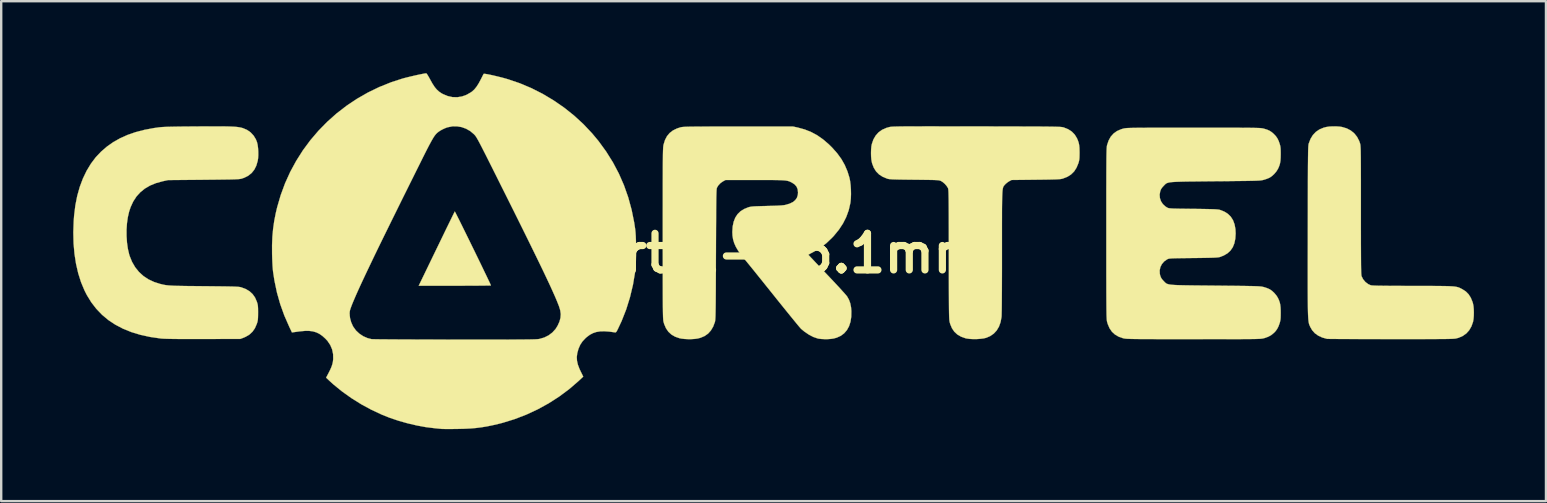
<source format=kicad_pcb>
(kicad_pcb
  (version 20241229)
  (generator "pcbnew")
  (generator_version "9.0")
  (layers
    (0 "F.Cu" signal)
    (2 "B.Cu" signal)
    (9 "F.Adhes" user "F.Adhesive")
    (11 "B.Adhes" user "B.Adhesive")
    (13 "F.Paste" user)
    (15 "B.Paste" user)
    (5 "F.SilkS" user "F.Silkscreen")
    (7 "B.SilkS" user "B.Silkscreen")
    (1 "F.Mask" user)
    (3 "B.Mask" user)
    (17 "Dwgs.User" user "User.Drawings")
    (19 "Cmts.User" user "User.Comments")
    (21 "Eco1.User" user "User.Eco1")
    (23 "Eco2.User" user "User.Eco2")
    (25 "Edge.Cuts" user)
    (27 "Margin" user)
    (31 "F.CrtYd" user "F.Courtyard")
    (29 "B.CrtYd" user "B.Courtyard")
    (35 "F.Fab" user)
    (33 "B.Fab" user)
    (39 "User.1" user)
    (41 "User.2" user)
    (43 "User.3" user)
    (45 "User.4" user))
  (footprint "cartel-25.1mm"
    (layer "F.Cu")
    (at 29.071 7.508)
    (property "Reference" "cartel-25.1mm" (at 0 0 0) (layer "F.SilkS") (effects (font (size 1.524 1.524) (thickness 0.3))))
    (attr through_hole)
    (fp_poly (pts (xy -13.159 -1.729) (xy -13.134 -1.682) (xy -13.095 -1.605) (xy -13.043 -1.502) (xy -12.98 -1.377) (xy -12.908 -1.231) (xy -12.828 -1.069) (xy -12.741 -0.893) (xy -12.649 -0.705) (xy -12.553 -0.511) (xy -12.456 -0.311) (xy -12.357 -0.11) (xy -12.26 0.09) (xy -12.165 0.285) (xy -12.074 0.472) (xy -11.989 0.649) (xy -11.91 0.813) (xy -11.839 0.96) (xy -11.779 1.087) (xy -11.729 1.191) (xy -11.693 1.269) (xy -11.671 1.319) (xy -11.664 1.336) (xy -11.684 1.338) (xy -11.739 1.34) (xy -11.827 1.341) (xy -11.945 1.343) (xy -12.091 1.344) (xy -12.26 1.346) (xy -12.451 1.347) (xy -12.66 1.347) (xy -12.885 1.348) (xy -13.121 1.348) (xy -13.168 1.348) (xy -14.672 1.348) (xy -14.49 0.972) (xy -14.356 0.695) (xy -14.224 0.422) (xy -14.095 0.155) (xy -13.97 -0.103) (xy -13.85 -0.35) (xy -13.736 -0.585) (xy -13.63 -0.805) (xy -13.532 -1.007) (xy -13.443 -1.189) (xy -13.364 -1.35) (xy -13.298 -1.486) (xy -13.244 -1.596) (xy -13.204 -1.677) (xy -13.178 -1.727) (xy -13.169 -1.745) (xy -13.159 -1.729)) (stroke (width 0.01) (type solid)) (fill yes) (layer "F.SilkS"))
    (fp_poly (pts (xy -22.917 -5.292) (xy -22.747 -5.29) (xy -22.601 -5.287) (xy -22.477 -5.283) (xy -22.372 -5.278) (xy -22.283 -5.271) (xy -22.207 -5.263) (xy -22.141 -5.252) (xy -22.083 -5.241) (xy -22.029 -5.227) (xy -21.995 -5.217) (xy -21.826 -5.145) (xy -21.678 -5.041) (xy -21.555 -4.91) (xy -21.459 -4.754) (xy -21.412 -4.635) (xy -21.386 -4.526) (xy -21.368 -4.391) (xy -21.359 -4.242) (xy -21.358 -4.092) (xy -21.367 -3.952) (xy -21.383 -3.851) (xy -21.44 -3.655) (xy -21.524 -3.488) (xy -21.635 -3.349) (xy -21.774 -3.237) (xy -21.941 -3.152) (xy -22.049 -3.115) (xy -22.074 -3.108) (xy -22.104 -3.103) (xy -22.142 -3.098) (xy -22.19 -3.093) (xy -22.251 -3.09) (xy -22.328 -3.086) (xy -22.424 -3.083) (xy -22.541 -3.08) (xy -22.682 -3.078) (xy -22.851 -3.076) (xy -23.049 -3.073) (xy -23.28 -3.071) (xy -23.547 -3.068) (xy -23.642 -3.067) (xy -25.117 -3.054) (xy -25.341 -3.005) (xy -25.618 -2.929) (xy -25.865 -2.828) (xy -26.082 -2.702) (xy -26.271 -2.55) (xy -26.433 -2.372) (xy -26.568 -2.165) (xy -26.677 -1.93) (xy -26.74 -1.742) (xy -26.794 -1.51) (xy -26.83 -1.255) (xy -26.848 -0.987) (xy -26.847 -0.714) (xy -26.829 -0.446) (xy -26.793 -0.191) (xy -26.739 0.04) (xy -26.72 0.103) (xy -26.619 0.353) (xy -26.49 0.576) (xy -26.332 0.773) (xy -26.148 0.942) (xy -25.937 1.082) (xy -25.699 1.193) (xy -25.459 1.27) (xy -25.397 1.285) (xy -25.339 1.299) (xy -25.283 1.311) (xy -25.225 1.321) (xy -25.162 1.329) (xy -25.091 1.336) (xy -25.01 1.342) (xy -24.914 1.347) (xy -24.8 1.352) (xy -24.666 1.355) (xy -24.508 1.358) (xy -24.323 1.361) (xy -24.108 1.363) (xy -23.86 1.365) (xy -23.622 1.368) (xy -23.347 1.37) (xy -23.109 1.373) (xy -22.904 1.375) (xy -22.73 1.377) (xy -22.584 1.38) (xy -22.462 1.382) (xy -22.363 1.385) (xy -22.283 1.389) (xy -22.219 1.392) (xy -22.169 1.397) (xy -22.13 1.402) (xy -22.099 1.407) (xy -22.074 1.414) (xy -22.07 1.415) (xy -21.88 1.486) (xy -21.722 1.58) (xy -21.593 1.699) (xy -21.492 1.843) (xy -21.417 2.016) (xy -21.409 2.041) (xy -21.391 2.101) (xy -21.379 2.159) (xy -21.372 2.224) (xy -21.368 2.305) (xy -21.367 2.411) (xy -21.367 2.481) (xy -21.368 2.601) (xy -21.371 2.692) (xy -21.376 2.762) (xy -21.386 2.821) (xy -21.4 2.878) (xy -21.421 2.941) (xy -21.497 3.117) (xy -21.599 3.264) (xy -21.728 3.384) (xy -21.887 3.478) (xy -21.983 3.519) (xy -22.108 3.565) (xy -23.651 3.569) (xy -23.961 3.569) (xy -24.234 3.569) (xy -24.473 3.569) (xy -24.68 3.568) (xy -24.858 3.566) (xy -25.008 3.564) (xy -25.135 3.561) (xy -25.239 3.558) (xy -25.324 3.554) (xy -25.391 3.55) (xy -25.429 3.546) (xy -25.863 3.483) (xy -26.268 3.395) (xy -26.644 3.281) (xy -26.991 3.141) (xy -27.311 2.974) (xy -27.603 2.781) (xy -27.868 2.56) (xy -28.106 2.312) (xy -28.318 2.037) (xy -28.504 1.734) (xy -28.601 1.543) (xy -28.744 1.201) (xy -28.861 0.832) (xy -28.952 0.438) (xy -29.017 0.02) (xy -29.055 -0.419) (xy -29.066 -0.878) (xy -29.049 -1.353) (xy -29.032 -1.583) (xy -28.981 -1.998) (xy -28.903 -2.394) (xy -28.798 -2.767) (xy -28.667 -3.117) (xy -28.511 -3.442) (xy -28.331 -3.739) (xy -28.128 -4.008) (xy -27.908 -4.24) (xy -27.662 -4.452) (xy -27.397 -4.638) (xy -27.111 -4.799) (xy -26.802 -4.937) (xy -26.467 -5.053) (xy -26.104 -5.147) (xy -25.71 -5.221) (xy -25.517 -5.248) (xy -25.461 -5.255) (xy -25.395 -5.261) (xy -25.319 -5.266) (xy -25.228 -5.27) (xy -25.119 -5.274) (xy -24.99 -5.277) (xy -24.837 -5.28) (xy -24.658 -5.283) (xy -24.449 -5.285) (xy -24.207 -5.287) (xy -23.929 -5.289) (xy -23.904 -5.289) (xy -23.606 -5.291) (xy -23.344 -5.292) (xy -23.115 -5.292) (xy -22.917 -5.292)) (stroke (width 0.01) (type solid)) (fill yes) (layer "F.SilkS"))
    (fp_poly (pts (xy 23.567 -5.291) (xy 23.71 -5.281) (xy 23.806 -5.266) (xy 24.001 -5.207) (xy 24.17 -5.118) (xy 24.313 -5.001) (xy 24.43 -4.855) (xy 24.519 -4.682) (xy 24.554 -4.58) (xy 24.559 -4.562) (xy 24.564 -4.541) (xy 24.568 -4.515) (xy 24.571 -4.481) (xy 24.574 -4.439) (xy 24.577 -4.385) (xy 24.58 -4.318) (xy 24.582 -4.237) (xy 24.583 -4.138) (xy 24.585 -4.019) (xy 24.586 -3.88) (xy 24.587 -3.717) (xy 24.588 -3.53) (xy 24.588 -3.315) (xy 24.589 -3.07) (xy 24.589 -2.795) (xy 24.589 -2.486) (xy 24.589 -2.143) (xy 24.589 -1.798) (xy 24.589 -1.412) (xy 24.589 -1.064) (xy 24.59 -0.751) (xy 24.59 -0.472) (xy 24.591 -0.224) (xy 24.592 -0.006) (xy 24.593 0.183) (xy 24.594 0.347) (xy 24.595 0.487) (xy 24.597 0.604) (xy 24.599 0.7) (xy 24.601 0.778) (xy 24.604 0.839) (xy 24.607 0.885) (xy 24.611 0.918) (xy 24.614 0.94) (xy 24.616 0.948) (xy 24.682 1.08) (xy 24.776 1.193) (xy 24.892 1.281) (xy 24.998 1.328) (xy 25.021 1.333) (xy 25.059 1.337) (xy 25.117 1.341) (xy 25.194 1.344) (xy 25.294 1.347) (xy 25.419 1.349) (xy 25.571 1.351) (xy 25.752 1.353) (xy 25.963 1.354) (xy 26.208 1.355) (xy 26.488 1.356) (xy 26.756 1.356) (xy 27.062 1.357) (xy 27.331 1.357) (xy 27.566 1.358) (xy 27.77 1.359) (xy 27.946 1.361) (xy 28.096 1.363) (xy 28.223 1.366) (xy 28.329 1.371) (xy 28.418 1.376) (xy 28.491 1.383) (xy 28.552 1.392) (xy 28.603 1.403) (xy 28.648 1.415) (xy 28.687 1.43) (xy 28.725 1.447) (xy 28.764 1.467) (xy 28.807 1.489) (xy 28.823 1.498) (xy 28.964 1.59) (xy 29.079 1.707) (xy 29.17 1.851) (xy 29.241 2.025) (xy 29.26 2.091) (xy 29.28 2.193) (xy 29.292 2.322) (xy 29.296 2.463) (xy 29.293 2.606) (xy 29.282 2.737) (xy 29.264 2.844) (xy 29.262 2.853) (xy 29.195 3.043) (xy 29.101 3.205) (xy 28.981 3.338) (xy 28.834 3.442) (xy 28.663 3.517) (xy 28.549 3.547) (xy 28.525 3.551) (xy 28.491 3.555) (xy 28.445 3.558) (xy 28.386 3.561) (xy 28.311 3.564) (xy 28.219 3.566) (xy 28.107 3.568) (xy 27.975 3.569) (xy 27.819 3.57) (xy 27.638 3.571) (xy 27.43 3.572) (xy 27.192 3.573) (xy 26.924 3.573) (xy 26.624 3.573) (xy 26.288 3.573) (xy 25.916 3.573) (xy 25.82 3.573) (xy 25.504 3.573) (xy 25.198 3.572) (xy 24.905 3.572) (xy 24.628 3.571) (xy 24.367 3.57) (xy 24.126 3.57) (xy 23.908 3.569) (xy 23.713 3.568) (xy 23.545 3.567) (xy 23.407 3.566) (xy 23.299 3.565) (xy 23.225 3.564) (xy 23.187 3.563) (xy 23.182 3.563) (xy 22.98 3.507) (xy 22.81 3.428) (xy 22.669 3.327) (xy 22.558 3.202) (xy 22.486 3.078) (xy 22.472 3.048) (xy 22.46 3.021) (xy 22.448 2.995) (xy 22.437 2.967) (xy 22.428 2.936) (xy 22.419 2.901) (xy 22.412 2.859) (xy 22.405 2.809) (xy 22.399 2.748) (xy 22.394 2.677) (xy 22.389 2.592) (xy 22.385 2.492) (xy 22.382 2.375) (xy 22.38 2.239) (xy 22.378 2.083) (xy 22.376 1.906) (xy 22.375 1.704) (xy 22.374 1.477) (xy 22.374 1.223) (xy 22.374 0.94) (xy 22.374 0.627) (xy 22.374 0.281) (xy 22.375 -0.1) (xy 22.376 -0.515) (xy 22.376 -0.919) (xy 22.377 -1.358) (xy 22.378 -1.758) (xy 22.378 -2.124) (xy 22.379 -2.455) (xy 22.38 -2.754) (xy 22.38 -3.023) (xy 22.381 -3.263) (xy 22.382 -3.476) (xy 22.383 -3.664) (xy 22.385 -3.828) (xy 22.386 -3.97) (xy 22.388 -4.092) (xy 22.389 -4.195) (xy 22.391 -4.282) (xy 22.394 -4.354) (xy 22.396 -4.413) (xy 22.399 -4.46) (xy 22.402 -4.497) (xy 22.405 -4.526) (xy 22.409 -4.549) (xy 22.413 -4.567) (xy 22.416 -4.578) (xy 22.49 -4.77) (xy 22.588 -4.931) (xy 22.712 -5.062) (xy 22.861 -5.164) (xy 23.036 -5.237) (xy 23.148 -5.266) (xy 23.271 -5.284) (xy 23.416 -5.292) (xy 23.567 -5.291)) (stroke (width 0.01) (type solid)) (fill yes) (layer "F.SilkS"))
    (fp_poly (pts (xy 7.059 -5.292) (xy 7.389 -5.292) (xy 7.752 -5.292) (xy 8.152 -5.291) (xy 8.587 -5.291) (xy 9.021 -5.29) (xy 9.417 -5.289) (xy 9.778 -5.288) (xy 10.105 -5.288) (xy 10.399 -5.287) (xy 10.664 -5.286) (xy 10.9 -5.286) (xy 11.109 -5.285) (xy 11.293 -5.284) (xy 11.453 -5.283) (xy 11.592 -5.281) (xy 11.711 -5.28) (xy 11.812 -5.278) (xy 11.897 -5.276) (xy 11.967 -5.274) (xy 12.025 -5.271) (xy 12.071 -5.269) (xy 12.108 -5.265) (xy 12.137 -5.262) (xy 12.161 -5.258) (xy 12.18 -5.254) (xy 12.197 -5.25) (xy 12.213 -5.245) (xy 12.214 -5.244) (xy 12.394 -5.171) (xy 12.545 -5.072) (xy 12.665 -4.948) (xy 12.756 -4.8) (xy 12.756 -4.8) (xy 12.798 -4.702) (xy 12.829 -4.609) (xy 12.849 -4.512) (xy 12.86 -4.401) (xy 12.864 -4.266) (xy 12.865 -4.181) (xy 12.863 -4.063) (xy 12.86 -3.974) (xy 12.853 -3.904) (xy 12.841 -3.843) (xy 12.824 -3.781) (xy 12.813 -3.747) (xy 12.736 -3.564) (xy 12.637 -3.412) (xy 12.512 -3.289) (xy 12.36 -3.192) (xy 12.178 -3.12) (xy 12.162 -3.115) (xy 12.131 -3.107) (xy 12.096 -3.1) (xy 12.051 -3.094) (xy 11.994 -3.09) (xy 11.921 -3.085) (xy 11.828 -3.082) (xy 11.713 -3.079) (xy 11.571 -3.076) (xy 11.4 -3.073) (xy 11.195 -3.071) (xy 11.039 -3.069) (xy 10.033 -3.058) (xy 9.933 -3.005) (xy 9.861 -2.958) (xy 9.791 -2.9) (xy 9.763 -2.871) (xy 9.744 -2.85) (xy 9.728 -2.832) (xy 9.713 -2.814) (xy 9.7 -2.794) (xy 9.688 -2.771) (xy 9.678 -2.743) (xy 9.669 -2.706) (xy 9.661 -2.66) (xy 9.654 -2.602) (xy 9.649 -2.531) (xy 9.645 -2.443) (xy 9.641 -2.338) (xy 9.638 -2.213) (xy 9.636 -2.066) (xy 9.634 -1.896) (xy 9.633 -1.699) (xy 9.633 -1.475) (xy 9.632 -1.22) (xy 9.632 -0.934) (xy 9.632 -0.614) (xy 9.632 -0.257) (xy 9.632 -0.06) (xy 9.632 0.299) (xy 9.632 0.639) (xy 9.631 0.96) (xy 9.63 1.258) (xy 9.629 1.533) (xy 9.627 1.783) (xy 9.626 2.005) (xy 9.624 2.198) (xy 9.622 2.361) (xy 9.619 2.49) (xy 9.617 2.585) (xy 9.614 2.643) (xy 9.613 2.656) (xy 9.573 2.869) (xy 9.506 3.055) (xy 9.411 3.214) (xy 9.289 3.345) (xy 9.141 3.447) (xy 8.973 3.519) (xy 8.866 3.544) (xy 8.732 3.561) (xy 8.583 3.571) (xy 8.431 3.572) (xy 8.287 3.565) (xy 8.163 3.548) (xy 8.112 3.537) (xy 7.927 3.471) (xy 7.773 3.381) (xy 7.647 3.265) (xy 7.549 3.122) (xy 7.477 2.95) (xy 7.451 2.859) (xy 7.447 2.837) (xy 7.443 2.81) (xy 7.439 2.776) (xy 7.436 2.733) (xy 7.433 2.679) (xy 7.43 2.611) (xy 7.428 2.529) (xy 7.426 2.43) (xy 7.424 2.311) (xy 7.423 2.172) (xy 7.422 2.009) (xy 7.421 1.821) (xy 7.42 1.606) (xy 7.419 1.363) (xy 7.418 1.088) (xy 7.418 0.78) (xy 7.418 0.437) (xy 7.417 0.058) (xy 7.417 0.039) (xy 7.417 -0.341) (xy 7.416 -0.683) (xy 7.416 -0.991) (xy 7.415 -1.265) (xy 7.415 -1.508) (xy 7.414 -1.722) (xy 7.413 -1.908) (xy 7.412 -2.069) (xy 7.411 -2.206) (xy 7.409 -2.322) (xy 7.407 -2.419) (xy 7.405 -2.498) (xy 7.403 -2.561) (xy 7.4 -2.611) (xy 7.397 -2.649) (xy 7.393 -2.678) (xy 7.389 -2.698) (xy 7.385 -2.713) (xy 7.382 -2.72) (xy 7.328 -2.807) (xy 7.251 -2.896) (xy 7.162 -2.972) (xy 7.096 -3.013) (xy 7.075 -3.023) (xy 7.054 -3.031) (xy 7.03 -3.038) (xy 6.998 -3.044) (xy 6.957 -3.049) (xy 6.901 -3.053) (xy 6.829 -3.056) (xy 6.736 -3.059) (xy 6.619 -3.061) (xy 6.475 -3.063) (xy 6.3 -3.065) (xy 6.092 -3.068) (xy 5.979 -3.069) (xy 5.749 -3.071) (xy 5.555 -3.074) (xy 5.393 -3.076) (xy 5.26 -3.079) (xy 5.152 -3.082) (xy 5.066 -3.085) (xy 4.999 -3.09) (xy 4.947 -3.094) (xy 4.906 -3.1) (xy 4.874 -3.107) (xy 4.847 -3.115) (xy 4.846 -3.115) (xy 4.662 -3.191) (xy 4.511 -3.289) (xy 4.388 -3.413) (xy 4.293 -3.563) (xy 4.224 -3.741) (xy 4.208 -3.804) (xy 4.189 -3.912) (xy 4.178 -4.044) (xy 4.175 -4.187) (xy 4.179 -4.329) (xy 4.19 -4.457) (xy 4.208 -4.552) (xy 4.274 -4.744) (xy 4.368 -4.907) (xy 4.488 -5.042) (xy 4.636 -5.149) (xy 4.811 -5.227) (xy 4.943 -5.264) (xy 4.964 -5.268) (xy 4.989 -5.272) (xy 5.02 -5.275) (xy 5.058 -5.278) (xy 5.107 -5.281) (xy 5.166 -5.283) (xy 5.238 -5.285) (xy 5.325 -5.287) (xy 5.429 -5.288) (xy 5.551 -5.29) (xy 5.692 -5.291) (xy 5.856 -5.291) (xy 6.043 -5.292) (xy 6.255 -5.292) (xy 6.493 -5.293) (xy 6.761 -5.293) (xy 7.059 -5.292)) (stroke (width 0.01) (type solid)) (fill yes) (layer "F.SilkS"))
    (fp_poly (pts (xy 1.133 -5.24) (xy 1.416 -5.162) (xy 1.681 -5.056) (xy 1.934 -4.92) (xy 2.177 -4.75) (xy 2.415 -4.546) (xy 2.553 -4.41) (xy 2.763 -4.174) (xy 2.938 -3.934) (xy 3.08 -3.684) (xy 3.193 -3.419) (xy 3.275 -3.155) (xy 3.304 -3.014) (xy 3.325 -2.845) (xy 3.337 -2.661) (xy 3.341 -2.474) (xy 3.335 -2.295) (xy 3.32 -2.136) (xy 3.313 -2.091) (xy 3.245 -1.796) (xy 3.143 -1.515) (xy 3.008 -1.247) (xy 2.837 -0.987) (xy 2.629 -0.733) (xy 2.55 -0.649) (xy 2.312 -0.422) (xy 2.062 -0.23) (xy 1.805 -0.074) (xy 1.772 -0.057) (xy 1.691 -0.015) (xy 1.626 0.021) (xy 1.583 0.047) (xy 1.568 0.06) (xy 1.568 0.061) (xy 1.582 0.077) (xy 1.621 0.118) (xy 1.681 0.183) (xy 1.762 0.268) (xy 1.859 0.372) (xy 1.972 0.491) (xy 2.097 0.623) (xy 2.232 0.766) (xy 2.342 0.881) (xy 2.486 1.033) (xy 2.624 1.18) (xy 2.753 1.318) (xy 2.87 1.444) (xy 2.972 1.557) (xy 3.058 1.652) (xy 3.123 1.726) (xy 3.166 1.777) (xy 3.181 1.797) (xy 3.258 1.936) (xy 3.311 2.082) (xy 3.343 2.246) (xy 3.356 2.404) (xy 3.352 2.64) (xy 3.32 2.851) (xy 3.259 3.037) (xy 3.171 3.197) (xy 3.056 3.331) (xy 2.915 3.436) (xy 2.748 3.512) (xy 2.621 3.547) (xy 2.51 3.564) (xy 2.38 3.573) (xy 2.242 3.574) (xy 2.11 3.568) (xy 1.996 3.555) (xy 1.947 3.544) (xy 1.768 3.482) (xy 1.583 3.385) (xy 1.398 3.259) (xy 1.263 3.147) (xy 1.239 3.121) (xy 1.193 3.068) (xy 1.126 2.988) (xy 1.041 2.885) (xy 0.939 2.76) (xy 0.822 2.617) (xy 0.693 2.458) (xy 0.553 2.285) (xy 0.403 2.099) (xy 0.247 1.905) (xy 0.13 1.758) (xy -0.033 1.555) (xy -0.192 1.357) (xy -0.344 1.167) (xy -0.489 0.987) (xy -0.623 0.82) (xy -0.745 0.669) (xy -0.853 0.536) (xy -0.944 0.424) (xy -1.016 0.336) (xy -1.067 0.274) (xy -1.087 0.249) (xy -1.24 0.061) (xy -1.362 -0.111) (xy -1.457 -0.272) (xy -1.526 -0.427) (xy -1.572 -0.58) (xy -1.597 -0.738) (xy -1.604 -0.889) (xy -1.59 -1.117) (xy -1.549 -1.316) (xy -1.481 -1.489) (xy -1.386 -1.634) (xy -1.262 -1.755) (xy -1.109 -1.85) (xy -0.948 -1.916) (xy -0.907 -1.928) (xy -0.867 -1.938) (xy -0.821 -1.946) (xy -0.766 -1.952) (xy -0.696 -1.958) (xy -0.606 -1.962) (xy -0.491 -1.966) (xy -0.348 -1.97) (xy -0.17 -1.974) (xy -0.166 -1.975) (xy 0.035 -1.98) (xy 0.2 -1.985) (xy 0.334 -1.991) (xy 0.441 -1.998) (xy 0.523 -2.006) (xy 0.586 -2.015) (xy 0.613 -2.021) (xy 0.783 -2.071) (xy 0.918 -2.137) (xy 1.019 -2.219) (xy 1.088 -2.318) (xy 1.125 -2.435) (xy 1.133 -2.534) (xy 1.119 -2.667) (xy 1.075 -2.777) (xy 0.999 -2.868) (xy 0.888 -2.943) (xy 0.884 -2.945) (xy 0.841 -2.967) (xy 0.802 -2.986) (xy 0.763 -3.002) (xy 0.72 -3.016) (xy 0.67 -3.027) (xy 0.611 -3.036) (xy 0.54 -3.043) (xy 0.452 -3.048) (xy 0.345 -3.052) (xy 0.215 -3.055) (xy 0.06 -3.056) (xy -0.123 -3.057) (xy -0.339 -3.058) (xy -0.59 -3.058) (xy -0.664 -3.058) (xy -1.885 -3.058) (xy -1.985 -3.005) (xy -2.096 -2.929) (xy -2.189 -2.83) (xy -2.244 -2.737) (xy -2.249 -2.724) (xy -2.253 -2.706) (xy -2.257 -2.68) (xy -2.26 -2.645) (xy -2.263 -2.598) (xy -2.266 -2.538) (xy -2.268 -2.462) (xy -2.271 -2.369) (xy -2.273 -2.257) (xy -2.274 -2.124) (xy -2.276 -1.968) (xy -2.278 -1.786) (xy -2.279 -1.578) (xy -2.28 -1.341) (xy -2.282 -1.072) (xy -2.283 -0.772) (xy -2.285 -0.436) (xy -2.286 -0.064) (xy -2.287 0.039) (xy -2.288 0.42) (xy -2.289 0.764) (xy -2.291 1.073) (xy -2.292 1.348) (xy -2.293 1.593) (xy -2.295 1.808) (xy -2.296 1.997) (xy -2.298 2.16) (xy -2.3 2.3) (xy -2.302 2.419) (xy -2.304 2.518) (xy -2.306 2.601) (xy -2.309 2.668) (xy -2.312 2.722) (xy -2.315 2.765) (xy -2.319 2.799) (xy -2.323 2.826) (xy -2.327 2.847) (xy -2.331 2.862) (xy -2.403 3.054) (xy -2.498 3.214) (xy -2.615 3.344) (xy -2.757 3.444) (xy -2.925 3.516) (xy -3.042 3.547) (xy -3.159 3.564) (xy -3.299 3.573) (xy -3.448 3.574) (xy -3.594 3.567) (xy -3.725 3.552) (xy -3.806 3.536) (xy -3.989 3.472) (xy -4.143 3.382) (xy -4.269 3.266) (xy -4.369 3.121) (xy -4.444 2.946) (xy -4.47 2.857) (xy -4.474 2.839) (xy -4.478 2.818) (xy -4.481 2.791) (xy -4.484 2.758) (xy -4.487 2.716) (xy -4.49 2.663) (xy -4.492 2.599) (xy -4.494 2.521) (xy -4.496 2.427) (xy -4.497 2.316) (xy -4.499 2.187) (xy -4.5 2.036) (xy -4.501 1.863) (xy -4.502 1.667) (xy -4.502 1.444) (xy -4.503 1.194) (xy -4.503 0.914) (xy -4.503 0.603) (xy -4.503 0.26) (xy -4.504 -0.118) (xy -4.504 -0.532) (xy -4.504 -0.83) (xy -4.504 -1.269) (xy -4.504 -1.67) (xy -4.503 -2.036) (xy -4.503 -2.368) (xy -4.503 -2.668) (xy -4.503 -2.937) (xy -4.502 -3.178) (xy -4.501 -3.392) (xy -4.501 -3.58) (xy -4.5 -3.746) (xy -4.498 -3.889) (xy -4.497 -4.013) (xy -4.496 -4.118) (xy -4.494 -4.207) (xy -4.492 -4.282) (xy -4.489 -4.343) (xy -4.487 -4.393) (xy -4.484 -4.434) (xy -4.48 -4.467) (xy -4.477 -4.494) (xy -4.473 -4.516) (xy -4.468 -4.536) (xy -4.468 -4.537) (xy -4.409 -4.725) (xy -4.326 -4.884) (xy -4.217 -5.015) (xy -4.08 -5.121) (xy -3.913 -5.203) (xy -3.771 -5.25) (xy -3.75 -5.255) (xy -3.726 -5.26) (xy -3.696 -5.264) (xy -3.66 -5.268) (xy -3.614 -5.271) (xy -3.556 -5.274) (xy -3.484 -5.277) (xy -3.396 -5.279) (xy -3.29 -5.28) (xy -3.163 -5.282) (xy -3.013 -5.283) (xy -2.839 -5.284) (xy -2.637 -5.284) (xy -2.406 -5.285) (xy -2.144 -5.285) (xy -1.848 -5.285) (xy -1.516 -5.285) (xy -1.358 -5.285) (xy 0.928 -5.285) (xy 1.133 -5.24)) (stroke (width 0.01) (type solid)) (fill yes) (layer "F.SilkS"))
    (fp_poly (pts (xy -14.34 -7.486) (xy -14.305 -7.437) (xy -14.259 -7.359) (xy -14.202 -7.257) (xy -14.185 -7.224) (xy -14.093 -7.061) (xy -14.006 -6.929) (xy -13.917 -6.824) (xy -13.822 -6.738) (xy -13.715 -6.666) (xy -13.665 -6.639) (xy -13.469 -6.556) (xy -13.269 -6.512) (xy -13.068 -6.506) (xy -12.87 -6.538) (xy -12.676 -6.608) (xy -12.491 -6.715) (xy -12.452 -6.743) (xy -12.357 -6.828) (xy -12.263 -6.944) (xy -12.168 -7.094) (xy -12.075 -7.268) (xy -12.034 -7.349) (xy -12 -7.417) (xy -11.976 -7.463) (xy -11.965 -7.481) (xy -11.941 -7.484) (xy -11.884 -7.477) (xy -11.8 -7.463) (xy -11.695 -7.442) (xy -11.575 -7.416) (xy -11.444 -7.385) (xy -11.308 -7.352) (xy -11.173 -7.318) (xy -11.044 -7.282) (xy -10.954 -7.256) (xy -10.459 -7.088) (xy -9.975 -6.884) (xy -9.505 -6.646) (xy -9.05 -6.374) (xy -8.614 -6.073) (xy -8.2 -5.743) (xy -7.811 -5.386) (xy -7.45 -5.004) (xy -7.179 -4.679) (xy -6.862 -4.243) (xy -6.579 -3.791) (xy -6.332 -3.323) (xy -6.12 -2.838) (xy -5.943 -2.336) (xy -5.801 -1.816) (xy -5.692 -1.277) (xy -5.653 -1.016) (xy -5.639 -0.884) (xy -5.628 -0.721) (xy -5.621 -0.534) (xy -5.616 -0.333) (xy -5.615 -0.123) (xy -5.616 0.086) (xy -5.621 0.288) (xy -5.629 0.474) (xy -5.64 0.636) (xy -5.653 0.762) (xy -5.744 1.305) (xy -5.869 1.829) (xy -6.026 2.333) (xy -6.216 2.817) (xy -6.372 3.15) (xy -6.409 3.223) (xy -6.436 3.267) (xy -6.458 3.289) (xy -6.481 3.294) (xy -6.501 3.292) (xy -6.734 3.26) (xy -6.936 3.246) (xy -7.112 3.251) (xy -7.269 3.276) (xy -7.41 3.323) (xy -7.54 3.391) (xy -7.664 3.483) (xy -7.719 3.531) (xy -7.845 3.664) (xy -7.939 3.804) (xy -8.01 3.964) (xy -8.019 3.99) (xy -8.066 4.16) (xy -8.086 4.32) (xy -8.077 4.476) (xy -8.041 4.637) (xy -7.975 4.811) (xy -7.931 4.905) (xy -7.817 5.137) (xy -8.016 5.323) (xy -8.402 5.656) (xy -8.816 5.964) (xy -9.254 6.246) (xy -9.712 6.498) (xy -10.187 6.719) (xy -10.676 6.907) (xy -11.175 7.061) (xy -11.335 7.102) (xy -11.593 7.162) (xy -11.831 7.211) (xy -12.059 7.248) (xy -12.287 7.277) (xy -12.524 7.297) (xy -12.779 7.309) (xy -13.063 7.316) (xy -13.091 7.316) (xy -13.238 7.318) (xy -13.375 7.319) (xy -13.498 7.319) (xy -13.598 7.318) (xy -13.672 7.317) (xy -13.714 7.316) (xy -13.716 7.315) (xy -13.763 7.31) (xy -13.838 7.303) (xy -13.93 7.294) (xy -14.009 7.286) (xy -14.373 7.241) (xy -14.754 7.171) (xy -15.142 7.08) (xy -15.526 6.971) (xy -15.895 6.846) (xy -16.195 6.727) (xy -16.636 6.522) (xy -17.066 6.289) (xy -17.479 6.031) (xy -17.87 5.752) (xy -18.232 5.457) (xy -18.395 5.309) (xy -18.532 5.18) (xy -18.428 4.983) (xy -18.357 4.841) (xy -18.305 4.721) (xy -18.27 4.614) (xy -18.248 4.511) (xy -18.236 4.406) (xy -18.24 4.198) (xy -18.281 4.002) (xy -18.358 3.82) (xy -18.472 3.651) (xy -18.56 3.555) (xy -18.685 3.442) (xy -18.811 3.354) (xy -18.942 3.291) (xy -19.084 3.25) (xy -19.242 3.23) (xy -19.423 3.231) (xy -19.631 3.25) (xy -19.712 3.261) (xy -19.955 3.295) (xy -20.067 3.059) (xy -20.272 2.592) (xy -20.291 2.54) (xy -17.552 2.54) (xy -17.534 2.7) (xy -17.488 2.868) (xy -17.417 3.028) (xy -17.398 3.061) (xy -17.287 3.214) (xy -17.146 3.346) (xy -16.983 3.454) (xy -16.804 3.532) (xy -16.64 3.574) (xy -16.61 3.575) (xy -16.543 3.577) (xy -16.441 3.579) (xy -16.306 3.581) (xy -16.14 3.582) (xy -15.946 3.584) (xy -15.725 3.585) (xy -15.479 3.587) (xy -15.211 3.588) (xy -14.922 3.589) (xy -14.615 3.59) (xy -14.292 3.591) (xy -13.954 3.592) (xy -13.604 3.592) (xy -13.244 3.593) (xy -13.163 3.593) (xy -12.732 3.593) (xy -12.339 3.593) (xy -11.981 3.593) (xy -11.657 3.593) (xy -11.365 3.593) (xy -11.103 3.593) (xy -10.87 3.592) (xy -10.664 3.592) (xy -10.482 3.591) (xy -10.324 3.59) (xy -10.188 3.588) (xy -10.071 3.587) (xy -9.972 3.585) (xy -9.889 3.583) (xy -9.821 3.581) (xy -9.766 3.578) (xy -9.721 3.575) (xy -9.686 3.572) (xy -9.658 3.568) (xy -9.637 3.564) (xy -9.439 3.506) (xy -9.259 3.416) (xy -9.101 3.296) (xy -8.97 3.151) (xy -8.886 3.017) (xy -8.808 2.846) (xy -8.765 2.686) (xy -8.754 2.53) (xy -8.776 2.37) (xy -8.824 2.212) (xy -8.865 2.107) (xy -8.912 1.989) (xy -8.967 1.858) (xy -9.031 1.712) (xy -9.104 1.549) (xy -9.186 1.369) (xy -9.279 1.169) (xy -9.383 0.949) (xy -9.498 0.707) (xy -9.626 0.442) (xy -9.767 0.152) (xy -9.921 -0.163) (xy -10.089 -0.506) (xy -10.272 -0.877) (xy -10.471 -1.279) (xy -10.686 -1.712) (xy -10.918 -2.177) (xy -11.051 -2.444) (xy -11.22 -2.781) (xy -11.372 -3.086) (xy -11.508 -3.358) (xy -11.63 -3.602) (xy -11.738 -3.817) (xy -11.833 -4.007) (xy -11.917 -4.173) (xy -11.99 -4.316) (xy -12.053 -4.439) (xy -12.107 -4.544) (xy -12.153 -4.631) (xy -12.192 -4.704) (xy -12.226 -4.763) (xy -12.254 -4.811) (xy -12.278 -4.85) (xy -12.298 -4.88) (xy -12.317 -4.905) (xy -12.334 -4.926) (xy -12.351 -4.944) (xy -12.369 -4.962) (xy -12.371 -4.965) (xy -12.526 -5.096) (xy -12.7 -5.195) (xy -12.886 -5.262) (xy -13.08 -5.294) (xy -13.277 -5.292) (xy -13.471 -5.253) (xy -13.512 -5.24) (xy -13.604 -5.203) (xy -13.698 -5.158) (xy -13.776 -5.114) (xy -13.781 -5.111) (xy -13.822 -5.083) (xy -13.859 -5.057) (xy -13.894 -5.029) (xy -13.928 -4.998) (xy -13.962 -4.961) (xy -13.997 -4.917) (xy -14.036 -4.862) (xy -14.078 -4.794) (xy -14.126 -4.712) (xy -14.181 -4.612) (xy -14.245 -4.493) (xy -14.318 -4.352) (xy -14.402 -4.187) (xy -14.498 -3.996) (xy -14.607 -3.776) (xy -14.732 -3.526) (xy -14.843 -3.302) (xy -15.109 -2.767) (xy -15.358 -2.266) (xy -15.589 -1.797) (xy -15.805 -1.36) (xy -16.005 -0.953) (xy -16.191 -0.574) (xy -16.362 -0.224) (xy -16.519 0.1) (xy -16.662 0.399) (xy -16.793 0.673) (xy -16.912 0.924) (xy -17.02 1.153) (xy -17.116 1.361) (xy -17.202 1.55) (xy -17.278 1.72) (xy -17.344 1.873) (xy -17.402 2.009) (xy -17.452 2.131) (xy -17.474 2.188) (xy -17.51 2.286) (xy -17.534 2.361) (xy -17.547 2.424) (xy -17.551 2.488) (xy -17.552 2.54) (xy -20.291 2.54) (xy -20.442 2.12) (xy -20.579 1.637) (xy -20.684 1.139) (xy -20.742 0.762) (xy -20.752 0.664) (xy -20.762 0.535) (xy -20.77 0.385) (xy -20.777 0.222) (xy -20.782 0.056) (xy -20.783 0.02) (xy -20.784 -0.35) (xy -20.77 -0.694) (xy -20.74 -1.022) (xy -20.694 -1.347) (xy -20.629 -1.678) (xy -20.572 -1.919) (xy -20.424 -2.427) (xy -20.242 -2.92) (xy -20.026 -3.397) (xy -19.777 -3.855) (xy -19.498 -4.295) (xy -19.189 -4.713) (xy -18.852 -5.108) (xy -18.488 -5.48) (xy -18.099 -5.827) (xy -17.685 -6.147) (xy -17.25 -6.438) (xy -16.793 -6.7) (xy -16.317 -6.931) (xy -15.822 -7.13) (xy -15.357 -7.281) (xy -15.262 -7.307) (xy -15.147 -7.336) (xy -15.02 -7.367) (xy -14.888 -7.398) (xy -14.757 -7.428) (xy -14.634 -7.454) (xy -14.525 -7.476) (xy -14.437 -7.493) (xy -14.378 -7.501) (xy -14.361 -7.503) (xy -14.34 -7.486)) (stroke (width 0.01) (type solid)) (fill yes) (layer "F.SilkS"))
    (fp_poly (pts (xy 17.999 -5.236) (xy 18.347 -5.236) (xy 18.66 -5.236) (xy 18.939 -5.236) (xy 19.188 -5.236) (xy 19.407 -5.235) (xy 19.6 -5.234) (xy 19.767 -5.233) (xy 19.911 -5.232) (xy 20.034 -5.231) (xy 20.138 -5.229) (xy 20.225 -5.227) (xy 20.296 -5.225) (xy 20.355 -5.223) (xy 20.402 -5.22) (xy 20.44 -5.216) (xy 20.471 -5.212) (xy 20.497 -5.208) (xy 20.52 -5.203) (xy 20.54 -5.198) (xy 20.674 -5.158) (xy 20.783 -5.11) (xy 20.879 -5.047) (xy 20.958 -4.978) (xy 21.045 -4.886) (xy 21.11 -4.792) (xy 21.163 -4.683) (xy 21.202 -4.572) (xy 21.221 -4.508) (xy 21.234 -4.447) (xy 21.242 -4.381) (xy 21.246 -4.3) (xy 21.248 -4.193) (xy 21.248 -4.132) (xy 21.245 -3.981) (xy 21.237 -3.859) (xy 21.22 -3.756) (xy 21.194 -3.662) (xy 21.156 -3.569) (xy 21.127 -3.51) (xy 21.062 -3.407) (xy 20.974 -3.305) (xy 20.876 -3.216) (xy 20.791 -3.158) (xy 20.722 -3.127) (xy 20.635 -3.094) (xy 20.545 -3.066) (xy 20.541 -3.065) (xy 20.514 -3.058) (xy 20.487 -3.052) (xy 20.456 -3.046) (xy 20.42 -3.041) (xy 20.376 -3.037) (xy 20.32 -3.033) (xy 20.252 -3.03) (xy 20.167 -3.027) (xy 20.065 -3.024) (xy 19.941 -3.022) (xy 19.795 -3.019) (xy 19.622 -3.017) (xy 19.421 -3.015) (xy 19.189 -3.012) (xy 18.924 -3.009) (xy 18.623 -3.006) (xy 18.542 -3.006) (xy 18.219 -3.003) (xy 17.933 -3) (xy 17.681 -2.997) (xy 17.461 -2.995) (xy 17.27 -2.992) (xy 17.107 -2.988) (xy 16.968 -2.984) (xy 16.852 -2.979) (xy 16.755 -2.973) (xy 16.676 -2.966) (xy 16.613 -2.957) (xy 16.562 -2.946) (xy 16.521 -2.933) (xy 16.489 -2.919) (xy 16.462 -2.902) (xy 16.438 -2.882) (xy 16.415 -2.859) (xy 16.391 -2.834) (xy 16.374 -2.817) (xy 16.307 -2.743) (xy 16.262 -2.676) (xy 16.231 -2.602) (xy 16.228 -2.592) (xy 16.202 -2.447) (xy 16.213 -2.306) (xy 16.258 -2.173) (xy 16.336 -2.054) (xy 16.443 -1.955) (xy 16.515 -1.91) (xy 16.534 -1.9) (xy 16.554 -1.892) (xy 16.578 -1.885) (xy 16.609 -1.879) (xy 16.651 -1.875) (xy 16.707 -1.871) (xy 16.781 -1.867) (xy 16.875 -1.865) (xy 16.994 -1.862) (xy 17.141 -1.86) (xy 17.32 -1.858) (xy 17.533 -1.855) (xy 17.604 -1.855) (xy 17.836 -1.852) (xy 18.032 -1.849) (xy 18.195 -1.846) (xy 18.329 -1.843) (xy 18.438 -1.84) (xy 18.524 -1.836) (xy 18.592 -1.831) (xy 18.643 -1.826) (xy 18.682 -1.82) (xy 18.712 -1.813) (xy 18.715 -1.812) (xy 18.896 -1.741) (xy 19.046 -1.647) (xy 19.168 -1.527) (xy 19.26 -1.382) (xy 19.324 -1.211) (xy 19.361 -1.012) (xy 19.37 -0.83) (xy 19.356 -0.611) (xy 19.316 -0.419) (xy 19.249 -0.254) (xy 19.153 -0.115) (xy 19.028 -0.001) (xy 18.873 0.09) (xy 18.708 0.153) (xy 18.679 0.16) (xy 18.639 0.166) (xy 18.585 0.171) (xy 18.513 0.176) (xy 18.42 0.18) (xy 18.304 0.183) (xy 18.16 0.186) (xy 17.987 0.189) (xy 17.779 0.192) (xy 17.604 0.194) (xy 17.38 0.196) (xy 17.192 0.199) (xy 17.036 0.201) (xy 16.909 0.203) (xy 16.807 0.206) (xy 16.727 0.209) (xy 16.666 0.213) (xy 16.62 0.217) (xy 16.586 0.222) (xy 16.561 0.229) (xy 16.54 0.237) (xy 16.521 0.246) (xy 16.515 0.249) (xy 16.392 0.335) (xy 16.298 0.444) (xy 16.234 0.569) (xy 16.204 0.707) (xy 16.209 0.85) (xy 16.228 0.931) (xy 16.258 1.007) (xy 16.3 1.074) (xy 16.364 1.146) (xy 16.374 1.156) (xy 16.401 1.184) (xy 16.424 1.208) (xy 16.447 1.229) (xy 16.472 1.248) (xy 16.501 1.264) (xy 16.536 1.278) (xy 16.58 1.29) (xy 16.636 1.3) (xy 16.705 1.308) (xy 16.791 1.315) (xy 16.895 1.321) (xy 17.02 1.325) (xy 17.168 1.329) (xy 17.342 1.332) (xy 17.544 1.335) (xy 17.776 1.338) (xy 18.041 1.34) (xy 18.341 1.343) (xy 18.542 1.345) (xy 18.853 1.348) (xy 19.127 1.351) (xy 19.367 1.353) (xy 19.575 1.356) (xy 19.754 1.358) (xy 19.907 1.361) (xy 20.036 1.363) (xy 20.144 1.366) (xy 20.233 1.369) (xy 20.305 1.372) (xy 20.363 1.376) (xy 20.41 1.38) (xy 20.448 1.384) (xy 20.48 1.39) (xy 20.508 1.396) (xy 20.535 1.402) (xy 20.541 1.404) (xy 20.63 1.431) (xy 20.718 1.464) (xy 20.788 1.496) (xy 20.791 1.497) (xy 20.888 1.564) (xy 20.985 1.656) (xy 21.071 1.759) (xy 21.127 1.849) (xy 21.173 1.947) (xy 21.206 2.039) (xy 21.228 2.135) (xy 21.241 2.245) (xy 21.247 2.378) (xy 21.248 2.472) (xy 21.247 2.593) (xy 21.244 2.685) (xy 21.238 2.757) (xy 21.227 2.819) (xy 21.212 2.88) (xy 21.202 2.911) (xy 21.154 3.045) (xy 21.098 3.152) (xy 21.029 3.247) (xy 20.974 3.305) (xy 20.859 3.401) (xy 20.728 3.474) (xy 20.571 3.53) (xy 20.543 3.537) (xy 20.521 3.542) (xy 20.499 3.547) (xy 20.473 3.551) (xy 20.442 3.555) (xy 20.405 3.559) (xy 20.358 3.562) (xy 20.301 3.564) (xy 20.231 3.567) (xy 20.146 3.568) (xy 20.044 3.57) (xy 19.923 3.571) (xy 19.781 3.572) (xy 19.616 3.573) (xy 19.427 3.574) (xy 19.21 3.574) (xy 18.965 3.575) (xy 18.689 3.575) (xy 18.38 3.575) (xy 18.036 3.575) (xy 17.656 3.574) (xy 17.606 3.574) (xy 17.22 3.574) (xy 16.872 3.574) (xy 16.558 3.574) (xy 16.278 3.574) (xy 16.029 3.573) (xy 15.809 3.572) (xy 15.616 3.572) (xy 15.448 3.571) (xy 15.303 3.57) (xy 15.18 3.568) (xy 15.076 3.567) (xy 14.989 3.565) (xy 14.917 3.562) (xy 14.859 3.56) (xy 14.811 3.557) (xy 14.773 3.553) (xy 14.743 3.549) (xy 14.717 3.545) (xy 14.695 3.54) (xy 14.677 3.536) (xy 14.494 3.472) (xy 14.341 3.382) (xy 14.215 3.266) (xy 14.115 3.121) (xy 14.04 2.946) (xy 14.014 2.857) (xy 14.009 2.839) (xy 14.006 2.818) (xy 14.002 2.791) (xy 13.999 2.758) (xy 13.996 2.716) (xy 13.994 2.663) (xy 13.991 2.599) (xy 13.989 2.521) (xy 13.988 2.427) (xy 13.986 2.316) (xy 13.985 2.187) (xy 13.984 2.036) (xy 13.983 1.863) (xy 13.982 1.667) (xy 13.981 1.444) (xy 13.981 1.194) (xy 13.98 0.914) (xy 13.98 0.603) (xy 13.98 0.26) (xy 13.98 -0.118) (xy 13.98 -0.532) (xy 13.98 -0.83) (xy 13.98 -1.27) (xy 13.98 -1.671) (xy 13.98 -2.038) (xy 13.98 -2.37) (xy 13.98 -2.67) (xy 13.981 -2.94) (xy 13.981 -3.181) (xy 13.982 -3.395) (xy 13.983 -3.584) (xy 13.984 -3.749) (xy 13.985 -3.892) (xy 13.986 -4.016) (xy 13.988 -4.121) (xy 13.99 -4.209) (xy 13.992 -4.282) (xy 13.994 -4.343) (xy 13.997 -4.391) (xy 14 -4.43) (xy 14.003 -4.461) (xy 14.007 -4.486) (xy 14.011 -4.506) (xy 14.014 -4.518) (xy 14.078 -4.706) (xy 14.166 -4.864) (xy 14.281 -4.993) (xy 14.422 -5.095) (xy 14.592 -5.17) (xy 14.685 -5.198) (xy 14.707 -5.203) (xy 14.729 -5.208) (xy 14.755 -5.212) (xy 14.786 -5.216) (xy 14.824 -5.22) (xy 14.87 -5.223) (xy 14.928 -5.225) (xy 14.998 -5.227) (xy 15.084 -5.229) (xy 15.186 -5.231) (xy 15.308 -5.232) (xy 15.45 -5.233) (xy 15.615 -5.234) (xy 15.805 -5.235) (xy 16.023 -5.236) (xy 16.269 -5.236) (xy 16.546 -5.236) (xy 16.856 -5.236) (xy 17.201 -5.236) (xy 17.582 -5.236) (xy 17.614 -5.236) (xy 17.999 -5.236)) (stroke (width 0.01) (type solid)) (fill yes) (layer "F.SilkS")))
  (gr_rect
    (start -3 -3)
    (end 61.372 17.832)
    (stroke (width 0.1) (type default))
    (fill no)
    (layer "Edge.Cuts")))
</source>
